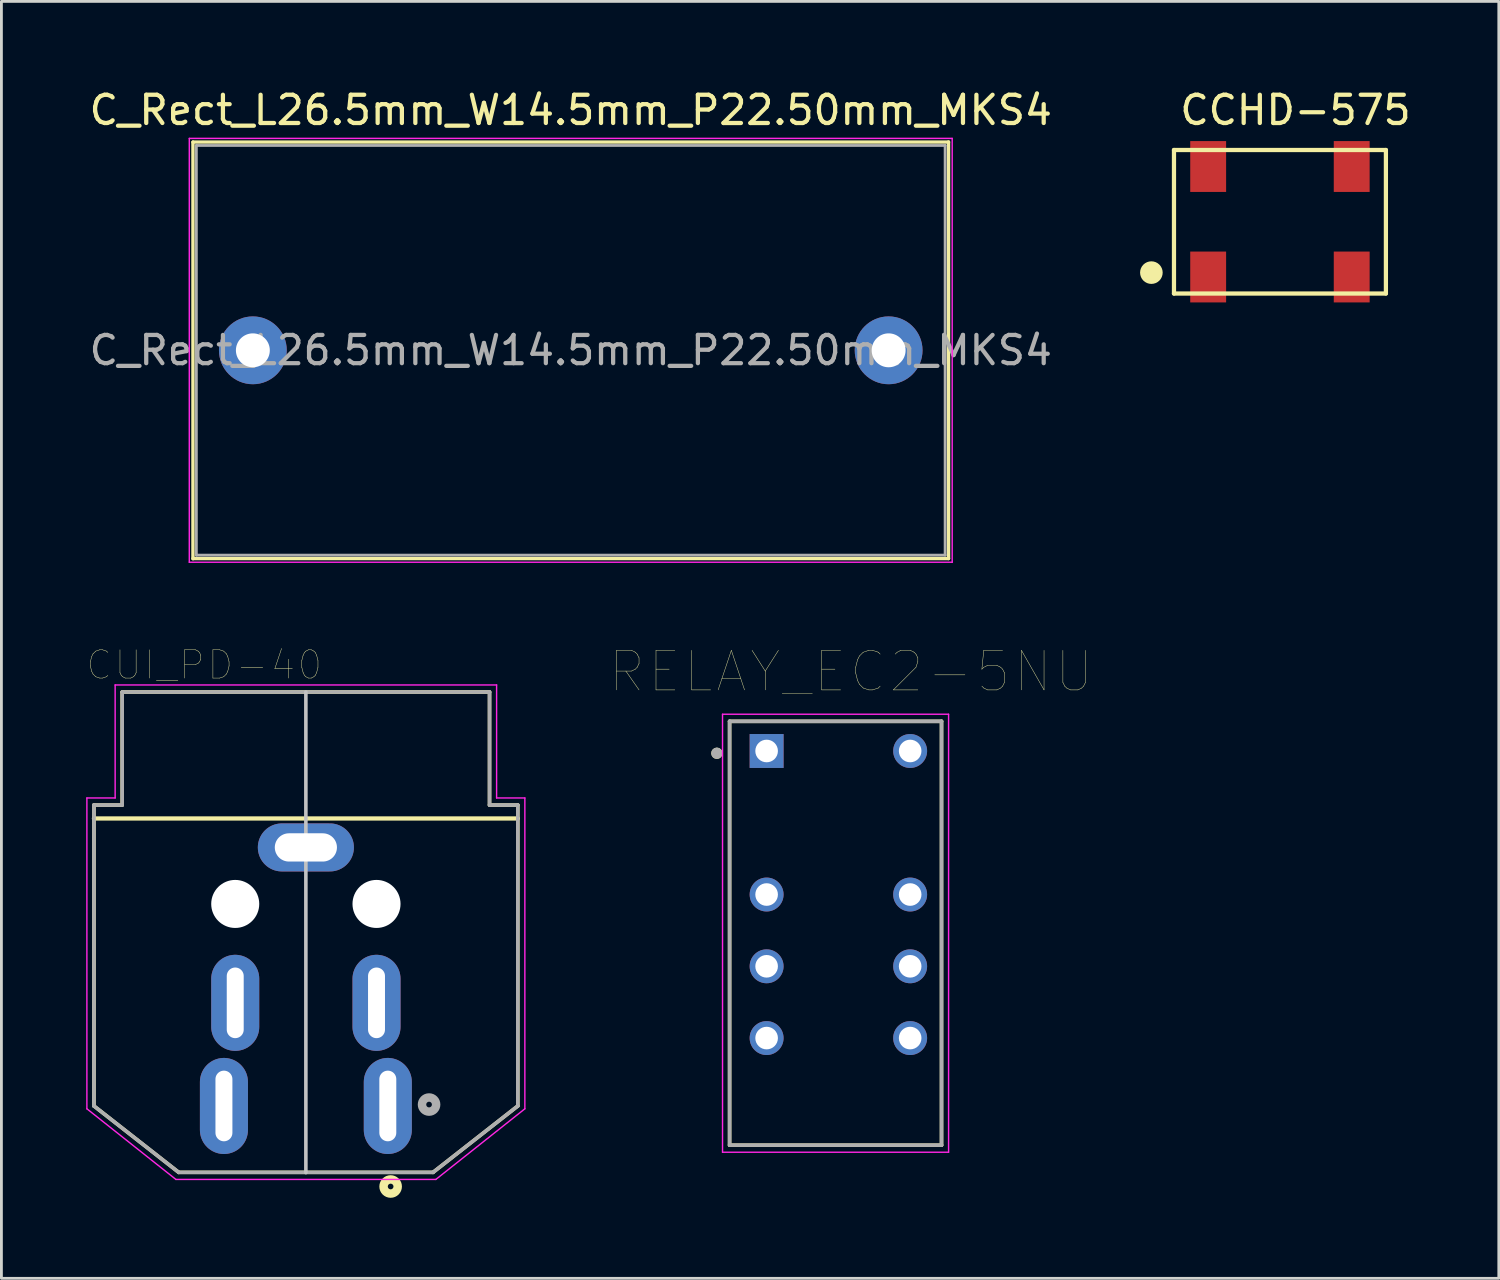
<source format=kicad_pcb>
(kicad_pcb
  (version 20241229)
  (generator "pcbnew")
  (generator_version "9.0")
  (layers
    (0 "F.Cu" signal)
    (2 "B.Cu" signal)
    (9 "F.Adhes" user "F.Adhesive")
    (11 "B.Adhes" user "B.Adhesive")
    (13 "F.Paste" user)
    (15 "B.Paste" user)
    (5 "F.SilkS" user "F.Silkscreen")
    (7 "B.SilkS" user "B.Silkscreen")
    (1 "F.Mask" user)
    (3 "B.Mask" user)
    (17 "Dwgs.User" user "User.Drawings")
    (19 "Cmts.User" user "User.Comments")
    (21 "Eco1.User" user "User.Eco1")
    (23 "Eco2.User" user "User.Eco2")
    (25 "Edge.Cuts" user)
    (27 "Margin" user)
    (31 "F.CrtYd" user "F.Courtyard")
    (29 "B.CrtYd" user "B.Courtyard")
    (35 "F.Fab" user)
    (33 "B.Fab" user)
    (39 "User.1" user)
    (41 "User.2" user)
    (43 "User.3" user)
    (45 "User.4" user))
  (footprint "CUI_PD-40"
    (layer "F.Cu")
    (at 7.775 28.941)
    (property "Reference" "CUI_PD-40" (at -3.6 -8.456 0) (layer "F.SilkS") (effects (font (size 1.001 1.001) (thickness 0.015))))
    (attr through_hole)
    (fp_line (start -7.5 -3.5) (end -6.5 -3.5) (stroke (width 0.127) (type solid)) (layer "F.SilkS"))
    (fp_line (start -7.5 -3.025) (end 7.5 -3.025) (stroke (width 0.15) (type solid)) (layer "F.SilkS"))
    (fp_line (start -7.5 7.15) (end -7.5 -3.5) (stroke (width 0.127) (type solid)) (layer "F.SilkS"))
    (fp_line (start -6.5 -7.5) (end 6.5 -7.5) (stroke (width 0.127) (type solid)) (layer "F.SilkS"))
    (fp_line (start -6.5 -3.5) (end -6.5 -7.5) (stroke (width 0.127) (type solid)) (layer "F.SilkS"))
    (fp_line (start -4.5 9.5) (end -7.5 7.15) (stroke (width 0.127) (type solid)) (layer "F.SilkS"))
    (fp_line (start 4.5 9.5) (end -4.5 9.5) (stroke (width 0.127) (type solid)) (layer "F.SilkS"))
    (fp_line (start 6.5 -7.5) (end 6.5 -3.5) (stroke (width 0.127) (type solid)) (layer "F.SilkS"))
    (fp_line (start 6.5 -3.5) (end 7.5 -3.5) (stroke (width 0.127) (type solid)) (layer "F.SilkS"))
    (fp_line (start 7.5 -3.5) (end 7.5 7.15) (stroke (width 0.127) (type solid)) (layer "F.SilkS"))
    (fp_line (start 7.5 7.15) (end 4.5 9.5) (stroke (width 0.127) (type solid)) (layer "F.SilkS"))
    (fp_circle (center 3 10) (end 3.1 10) (stroke (width 0.3) (type solid)) (fill no) (layer "F.SilkS"))
    (fp_line (start 0 -7.5) (end 0 9.51) (stroke (width 0.127) (type solid)) (layer "Dwgs.User"))
    (fp_line (start -7.75 -3.75) (end -6.75 -3.75) (stroke (width 0.05) (type solid)) (layer "F.CrtYd"))
    (fp_line (start -7.75 7.25) (end -7.75 -3.75) (stroke (width 0.05) (type solid)) (layer "F.CrtYd"))
    (fp_line (start -6.75 -7.75) (end 6.75 -7.75) (stroke (width 0.05) (type solid)) (layer "F.CrtYd"))
    (fp_line (start -6.75 -3.75) (end -6.75 -7.75) (stroke (width 0.05) (type solid)) (layer "F.CrtYd"))
    (fp_line (start -4.6 9.75) (end -7.75 7.25) (stroke (width 0.05) (type solid)) (layer "F.CrtYd"))
    (fp_line (start 4.6 9.75) (end -4.6 9.75) (stroke (width 0.05) (type solid)) (layer "F.CrtYd"))
    (fp_line (start 6.75 -7.75) (end 6.75 -3.75) (stroke (width 0.05) (type solid)) (layer "F.CrtYd"))
    (fp_line (start 6.75 -3.75) (end 7.75 -3.75) (stroke (width 0.05) (type solid)) (layer "F.CrtYd"))
    (fp_line (start 7.75 -3.75) (end 7.75 7.25) (stroke (width 0.05) (type solid)) (layer "F.CrtYd"))
    (fp_line (start 7.75 7.25) (end 4.6 9.75) (stroke (width 0.05) (type solid)) (layer "F.CrtYd"))
    (fp_line (start -7.5 -3.5) (end -6.5 -3.5) (stroke (width 0.127) (type solid)) (layer "F.Fab"))
    (fp_line (start -7.5 7.15) (end -7.5 -3.5) (stroke (width 0.127) (type solid)) (layer "F.Fab"))
    (fp_line (start -6.5 -7.5) (end 6.5 -7.5) (stroke (width 0.127) (type solid)) (layer "F.Fab"))
    (fp_line (start -6.5 -3.5) (end -6.5 -7.5) (stroke (width 0.127) (type solid)) (layer "F.Fab"))
    (fp_line (start -4.5 9.5) (end -7.5 7.15) (stroke (width 0.127) (type solid)) (layer "F.Fab"))
    (fp_line (start 4.5 9.5) (end -4.5 9.5) (stroke (width 0.127) (type solid)) (layer "F.Fab"))
    (fp_line (start 6.5 -7.5) (end 6.5 -3.5) (stroke (width 0.127) (type solid)) (layer "F.Fab"))
    (fp_line (start 6.5 -3.5) (end 7.5 -3.5) (stroke (width 0.127) (type solid)) (layer "F.Fab"))
    (fp_line (start 7.5 -3.5) (end 7.5 7.15) (stroke (width 0.127) (type solid)) (layer "F.Fab"))
    (fp_line (start 7.5 7.15) (end 4.5 9.5) (stroke (width 0.127) (type solid)) (layer "F.Fab"))
    (fp_circle (center 4.36 7.1) (end 4.46 7.1) (stroke (width 0.3) (type solid)) (fill no) (layer "F.Fab"))
    (pad "" np_thru_hole circle (at -2.5 0) (size 1.7 1.7) (drill 1.7) (layers "*.Cu" "*.Mask"))
    (pad "" np_thru_hole circle (at 2.5 0) (size 1.7 1.7) (drill 1.7) (layers "*.Cu" "*.Mask"))
    (pad "1" thru_hole oval (at 2.9 7.15) (size 1.7 3.4) (drill oval 0.6 2.5) (layers "*.Cu" "*.Mask"))
    (pad "2" thru_hole oval (at -2.9 7.15) (size 1.7 3.4) (drill oval 0.6 2.5) (layers "*.Cu" "*.Mask"))
    (pad "3" thru_hole oval (at 2.5 3.5) (size 1.7 3.4) (drill oval 0.6 2.5) (layers "*.Cu" "*.Mask"))
    (pad "4" thru_hole oval (at -2.5 3.5) (size 1.7 3.4) (drill oval 0.6 2.5) (layers "*.Cu" "*.Mask"))
    (pad "S" thru_hole oval (at 0 -2) (size 3.4 1.7) (drill oval 2.2 1) (layers "*.Cu" "*.Mask")))
  (footprint "C_Rect_L26.5mm_W14.5mm_P22.50mm_MKS4"
    (layer "F.Cu")
    (at 5.899 9.348)
    (property "Reference" "C_Rect_L26.5mm_W14.5mm_P22.50mm_MKS4" (at 11.25 -8.5 0) (layer "F.SilkS") (effects (font (size 1 1) (thickness 0.15))))
    (attr through_hole)
    (fp_line (start -2.12 -7.37) (end -2.12 7.375) (stroke (width 0.12) (type solid)) (layer "F.SilkS"))
    (fp_line (start -2.12 -7.37) (end 24.62 -7.37) (stroke (width 0.12) (type solid)) (layer "F.SilkS"))
    (fp_line (start -2.12 7.37) (end 24.62 7.37) (stroke (width 0.12) (type solid)) (layer "F.SilkS"))
    (fp_line (start 24.62 -7.375) (end 24.62 7.37) (stroke (width 0.12) (type solid)) (layer "F.SilkS"))
    (fp_line (start -2.25 -7.5) (end -2.25 7.5) (stroke (width 0.05) (type solid)) (layer "F.CrtYd"))
    (fp_line (start -2.25 7.5) (end 24.75 7.5) (stroke (width 0.05) (type solid)) (layer "F.CrtYd"))
    (fp_line (start 24.75 -7.5) (end -2.25 -7.5) (stroke (width 0.05) (type solid)) (layer "F.CrtYd"))
    (fp_line (start 24.75 7.5) (end 24.75 -7.5) (stroke (width 0.05) (type solid)) (layer "F.CrtYd"))
    (fp_line (start -2 -7.25) (end -2 7.25) (stroke (width 0.1) (type solid)) (layer "F.Fab"))
    (fp_line (start -2 7.25) (end 24.5 7.25) (stroke (width 0.1) (type solid)) (layer "F.Fab"))
    (fp_line (start 24.5 -7.25) (end -2 -7.25) (stroke (width 0.1) (type solid)) (layer "F.Fab"))
    (fp_line (start 24.5 7.25) (end 24.5 -7.25) (stroke (width 0.1) (type solid)) (layer "F.Fab"))
    (fp_text user "${REFERENCE}" (at 11.25 0 0) (layer "F.Fab") (effects (font (size 1 1) (thickness 0.15))))
    (pad "1" thru_hole circle (at 0 0) (size 2.4 2.4) (drill 1.2) (layers "*.Cu" "*.Mask"))
    (pad "2" thru_hole circle (at 22.5 0) (size 2.4 2.4) (drill 1.2) (layers "*.Cu" "*.Mask")))
  (footprint "CCHD-575"
    (layer "F.Cu")
    (at 42.248 4.798)
    (property "Reference" "CCHD-575" (at 0.55 -3.95 0) (layer "F.SilkS") (effects (font (size 1 1) (thickness 0.15))))
    (attr through_hole)
    (fp_line (start -3.75 -2.54) (end 3.75 -2.54) (stroke (width 0.15) (type solid)) (layer "F.SilkS"))
    (fp_line (start -3.75 2.54) (end -3.75 -2.54) (stroke (width 0.15) (type solid)) (layer "F.SilkS"))
    (fp_line (start -3.75 2.54) (end 3.75 2.54) (stroke (width 0.15) (type solid)) (layer "F.SilkS"))
    (fp_line (start 3.75 2.54) (end 3.75 -2.54) (stroke (width 0.15) (type solid)) (layer "F.SilkS"))
    (fp_circle (center -4.55 1.8) (end -4.35 1.8) (stroke (width 0.4) (type solid)) (fill no) (layer "F.SilkS"))
    (pad "1" smd rect (at -2.54 1.955) (size 1.27 1.8) (layers "F.Cu" "F.Mask" "F.Paste"))
    (pad "2" smd rect (at 2.54 1.955) (size 1.27 1.8) (layers "F.Cu" "F.Mask" "F.Paste"))
    (pad "3" smd rect (at 2.54 -1.955) (size 1.27 1.8) (layers "F.Cu" "F.Mask" "F.Paste"))
    (pad "4" smd rect (at -2.54 -1.955) (size 1.27 1.8) (layers "F.Cu" "F.Mask" "F.Paste")))
  (footprint "RELAY_EC2-5NU"
    (layer "F.Cu")
    (at 26.621 29.978)
    (property "Reference" "RELAY_EC2-5NU" (at 0.445 -9.259 0) (layer "F.SilkS") (effects (font (size 1.4 1.4) (thickness 0.015))))
    (attr through_hole)
    (fp_line (start -3.85 -7.5) (end 3.65 -7.5) (stroke (width 0.127) (type solid)) (layer "F.SilkS"))
    (fp_line (start -3.85 7.5) (end -3.85 -7.5) (stroke (width 0.127) (type solid)) (layer "F.SilkS"))
    (fp_line (start 3.65 -7.5) (end 3.65 7.5) (stroke (width 0.127) (type solid)) (layer "F.SilkS"))
    (fp_line (start 3.65 7.5) (end -3.85 7.5) (stroke (width 0.127) (type solid)) (layer "F.SilkS"))
    (fp_circle (center -4.3 -6.37) (end -4.2 -6.37) (stroke (width 0.2) (type solid)) (fill no) (layer "F.SilkS"))
    (fp_line (start -4.1 -7.75) (end -4.1 7.75) (stroke (width 0.05) (type solid)) (layer "F.CrtYd"))
    (fp_line (start -4.1 7.75) (end 3.9 7.75) (stroke (width 0.05) (type solid)) (layer "F.CrtYd"))
    (fp_line (start 3.9 -7.75) (end -4.1 -7.75) (stroke (width 0.05) (type solid)) (layer "F.CrtYd"))
    (fp_line (start 3.9 7.75) (end 3.9 -7.75) (stroke (width 0.05) (type solid)) (layer "F.CrtYd"))
    (fp_line (start -3.85 -7.5) (end 3.65 -7.5) (stroke (width 0.127) (type solid)) (layer "F.Fab"))
    (fp_line (start -3.85 7.5) (end -3.85 -7.5) (stroke (width 0.127) (type solid)) (layer "F.Fab"))
    (fp_line (start 3.65 -7.5) (end 3.65 7.5) (stroke (width 0.127) (type solid)) (layer "F.Fab"))
    (fp_line (start 3.65 7.5) (end -3.85 7.5) (stroke (width 0.127) (type solid)) (layer "F.Fab"))
    (fp_circle (center -4.3 -6.37) (end -4.2 -6.37) (stroke (width 0.2) (type solid)) (fill no) (layer "F.Fab"))
    (pad "1" thru_hole rect (at -2.54 -6.45) (size 1.2 1.2) (drill 0.8) (layers "*.Cu" "*.Mask"))
    (pad "3" thru_hole circle (at -2.54 -1.37) (size 1.2 1.2) (drill 0.8) (layers "*.Cu" "*.Mask"))
    (pad "4" thru_hole circle (at -2.54 1.17) (size 1.2 1.2) (drill 0.8) (layers "*.Cu" "*.Mask"))
    (pad "5" thru_hole circle (at -2.54 3.71) (size 1.2 1.2) (drill 0.8) (layers "*.Cu" "*.Mask"))
    (pad "8" thru_hole circle (at 2.54 3.71) (size 1.2 1.2) (drill 0.8) (layers "*.Cu" "*.Mask"))
    (pad "9" thru_hole circle (at 2.54 1.17) (size 1.2 1.2) (drill 0.8) (layers "*.Cu" "*.Mask"))
    (pad "10" thru_hole circle (at 2.54 -1.37) (size 1.2 1.2) (drill 0.8) (layers "*.Cu" "*.Mask"))
    (pad "12" thru_hole circle (at 2.54 -6.45) (size 1.2 1.2) (drill 0.8) (layers "*.Cu" "*.Mask")))
  (gr_rect
    (start -3 -3)
    (end 49.994 42.191)
    (stroke (width 0.1) (type default))
    (fill no)
    (layer "Edge.Cuts")))
</source>
